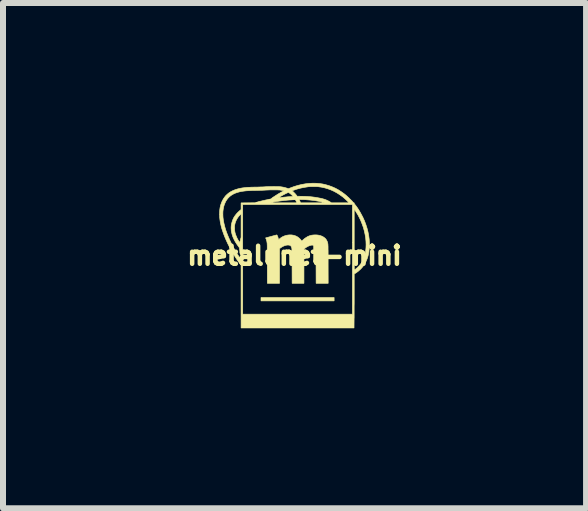
<source format=kicad_pcb>
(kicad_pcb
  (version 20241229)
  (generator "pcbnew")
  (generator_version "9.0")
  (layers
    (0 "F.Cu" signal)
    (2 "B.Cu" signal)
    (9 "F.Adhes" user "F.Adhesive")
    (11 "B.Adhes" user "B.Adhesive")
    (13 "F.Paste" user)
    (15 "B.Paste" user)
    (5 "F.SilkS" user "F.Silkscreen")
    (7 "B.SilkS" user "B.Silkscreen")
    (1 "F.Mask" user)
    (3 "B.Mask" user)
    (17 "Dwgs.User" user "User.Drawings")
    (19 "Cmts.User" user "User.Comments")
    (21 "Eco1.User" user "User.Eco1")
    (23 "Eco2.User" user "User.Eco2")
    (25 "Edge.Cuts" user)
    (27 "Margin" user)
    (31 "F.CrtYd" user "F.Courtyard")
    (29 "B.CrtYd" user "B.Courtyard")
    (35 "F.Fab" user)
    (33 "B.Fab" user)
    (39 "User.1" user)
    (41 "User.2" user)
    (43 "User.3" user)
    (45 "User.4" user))
  (footprint "metalunet-mini"
    (layer "F.Cu")
    (at 1.861 1.213)
    (property "Reference" "metalunet-mini" (at 0 0 0) (layer "F.SilkS") (effects (font (size 0.3 0.3) (thickness 0.075))))
    (attr through_hole)
    (fp_poly (pts (xy 0.66 0.754) (xy -0.559 0.754) (xy -0.559 0.698) (xy 0.66 0.698) (xy 0.66 0.754)) (stroke (width 0.01) (type solid)) (fill yes) (layer "F.SilkS"))
    (fp_poly (pts (xy -0.053 -0.346) (xy -0.023 -0.342) (xy 0.006 -0.334) (xy 0.033 -0.323) (xy 0.058 -0.308) (xy 0.08 -0.29) (xy 0.101 -0.269) (xy 0.107 -0.261) (xy 0.112 -0.254) (xy 0.117 -0.248) (xy 0.119 -0.244) (xy 0.12 -0.244) (xy 0.122 -0.245) (xy 0.126 -0.248) (xy 0.132 -0.253) (xy 0.138 -0.26) (xy 0.166 -0.284) (xy 0.195 -0.304) (xy 0.224 -0.321) (xy 0.254 -0.333) (xy 0.284 -0.341) (xy 0.299 -0.343) (xy 0.317 -0.345) (xy 0.337 -0.346) (xy 0.358 -0.346) (xy 0.377 -0.345) (xy 0.393 -0.343) (xy 0.399 -0.342) (xy 0.429 -0.335) (xy 0.457 -0.325) (xy 0.481 -0.312) (xy 0.502 -0.297) (xy 0.52 -0.28) (xy 0.534 -0.259) (xy 0.545 -0.237) (xy 0.548 -0.229) (xy 0.549 -0.224) (xy 0.551 -0.22) (xy 0.552 -0.216) (xy 0.553 -0.211) (xy 0.554 -0.207) (xy 0.555 -0.202) (xy 0.556 -0.197) (xy 0.557 -0.191) (xy 0.557 -0.183) (xy 0.558 -0.174) (xy 0.558 -0.164) (xy 0.559 -0.152) (xy 0.559 -0.138) (xy 0.559 -0.122) (xy 0.559 -0.104) (xy 0.56 -0.083) (xy 0.56 -0.059) (xy 0.56 -0.032) (xy 0.56 -0.002) (xy 0.56 0.031) (xy 0.56 0.069) (xy 0.56 0.11) (xy 0.56 0.141) (xy 0.561 0.461) (xy 0.36 0.461) (xy 0.359 0.171) (xy 0.359 0.126) (xy 0.359 0.086) (xy 0.359 0.049) (xy 0.359 0.016) (xy 0.358 -0.013) (xy 0.358 -0.039) (xy 0.358 -0.061) (xy 0.358 -0.08) (xy 0.357 -0.095) (xy 0.357 -0.108) (xy 0.357 -0.118) (xy 0.357 -0.125) (xy 0.356 -0.129) (xy 0.356 -0.13) (xy 0.354 -0.138) (xy 0.35 -0.147) (xy 0.348 -0.152) (xy 0.342 -0.161) (xy 0.335 -0.168) (xy 0.326 -0.172) (xy 0.313 -0.174) (xy 0.301 -0.175) (xy 0.291 -0.176) (xy 0.282 -0.175) (xy 0.273 -0.173) (xy 0.262 -0.171) (xy 0.236 -0.161) (xy 0.21 -0.148) (xy 0.184 -0.132) (xy 0.171 -0.121) (xy 0.157 -0.11) (xy 0.157 0.461) (xy -0.04 0.461) (xy -0.041 0.178) (xy -0.041 0.137) (xy -0.041 0.099) (xy -0.041 0.065) (xy -0.041 0.035) (xy -0.042 0.008) (xy -0.042 -0.016) (xy -0.042 -0.037) (xy -0.042 -0.055) (xy -0.042 -0.071) (xy -0.043 -0.084) (xy -0.043 -0.096) (xy -0.044 -0.105) (xy -0.044 -0.114) (xy -0.045 -0.12) (xy -0.046 -0.126) (xy -0.047 -0.131) (xy -0.048 -0.135) (xy -0.049 -0.138) (xy -0.05 -0.142) (xy -0.052 -0.145) (xy -0.053 -0.149) (xy -0.054 -0.149) (xy -0.06 -0.159) (xy -0.067 -0.167) (xy -0.078 -0.172) (xy -0.091 -0.176) (xy -0.104 -0.177) (xy -0.123 -0.177) (xy -0.143 -0.173) (xy -0.165 -0.167) (xy -0.186 -0.158) (xy -0.207 -0.147) (xy -0.227 -0.134) (xy -0.236 -0.128) (xy -0.25 -0.116) (xy -0.25 0.461) (xy -0.453 0.461) (xy -0.454 0.136) (xy -0.454 0.092) (xy -0.454 0.052) (xy -0.454 0.016) (xy -0.454 -0.016) (xy -0.454 -0.046) (xy -0.454 -0.071) (xy -0.454 -0.094) (xy -0.455 -0.114) (xy -0.455 -0.132) (xy -0.455 -0.147) (xy -0.455 -0.16) (xy -0.455 -0.172) (xy -0.456 -0.181) (xy -0.456 -0.189) (xy -0.456 -0.196) (xy -0.457 -0.201) (xy -0.457 -0.206) (xy -0.457 -0.21) (xy -0.458 -0.213) (xy -0.462 -0.239) (xy -0.468 -0.261) (xy -0.474 -0.279) (xy -0.476 -0.283) (xy -0.482 -0.296) (xy -0.391 -0.321) (xy -0.372 -0.326) (xy -0.354 -0.331) (xy -0.338 -0.335) (xy -0.324 -0.339) (xy -0.312 -0.342) (xy -0.303 -0.344) (xy -0.298 -0.346) (xy -0.296 -0.346) (xy -0.293 -0.344) (xy -0.29 -0.339) (xy -0.286 -0.331) (xy -0.281 -0.321) (xy -0.277 -0.31) (xy -0.274 -0.298) (xy -0.272 -0.291) (xy -0.266 -0.267) (xy -0.253 -0.278) (xy -0.226 -0.299) (xy -0.197 -0.317) (xy -0.166 -0.33) (xy -0.133 -0.34) (xy -0.099 -0.345) (xy -0.085 -0.346) (xy -0.053 -0.346)) (stroke (width 0.01) (type solid)) (fill yes) (layer "F.SilkS"))
    (fp_poly (pts (xy 0.362 -1.207) (xy 0.421 -1.202) (xy 0.47 -1.195) (xy 0.525 -1.182) (xy 0.579 -1.166) (xy 0.632 -1.146) (xy 0.684 -1.123) (xy 0.735 -1.095) (xy 0.784 -1.063) (xy 0.834 -1.027) (xy 0.864 -1.002) (xy 0.875 -0.992) (xy 0.889 -0.979) (xy 0.905 -0.965) (xy 0.92 -0.949) (xy 0.935 -0.934) (xy 0.95 -0.92) (xy 0.962 -0.907) (xy 0.964 -0.904) (xy 0.973 -0.894) (xy 0.979 -0.887) (xy 0.984 -0.883) (xy 0.988 -0.881) (xy 0.99 -0.881) (xy 0.993 -0.88) (xy 0.995 -0.877) (xy 0.995 -0.874) (xy 0.996 -0.867) (xy 1.001 -0.859) (xy 1.003 -0.858) (xy 1.026 -0.829) (xy 1.049 -0.797) (xy 1.072 -0.762) (xy 1.094 -0.725) (xy 1.115 -0.686) (xy 1.135 -0.648) (xy 1.138 -0.643) (xy 1.166 -0.581) (xy 1.189 -0.52) (xy 1.209 -0.458) (xy 1.225 -0.396) (xy 1.237 -0.333) (xy 1.245 -0.271) (xy 1.248 -0.21) (xy 1.248 -0.162) (xy 1.245 -0.109) (xy 1.239 -0.059) (xy 1.23 -0.012) (xy 1.218 0.032) (xy 1.202 0.074) (xy 1.184 0.113) (xy 1.162 0.15) (xy 1.137 0.185) (xy 1.109 0.217) (xy 1.096 0.23) (xy 1.082 0.242) (xy 1.067 0.256) (xy 1.05 0.269) (xy 1.034 0.281) (xy 1.019 0.291) (xy 1.009 0.297) (xy 0.995 0.306) (xy 0.995 0.603) (xy 0.995 0.642) (xy 0.995 0.681) (xy 0.995 0.721) (xy 0.995 0.761) (xy 0.995 0.801) (xy 0.994 0.84) (xy 0.994 0.878) (xy 0.994 0.914) (xy 0.994 0.948) (xy 0.994 0.979) (xy 0.994 1.008) (xy 0.994 1.033) (xy 0.993 1.054) (xy 0.992 1.206) (xy -0.891 1.206) (xy -0.891 0.159) (xy -0.918 0.124) (xy -0.954 0.074) (xy -0.989 0.021) (xy -1.022 -0.033) (xy -1.055 -0.088) (xy -1.085 -0.145) (xy -1.114 -0.202) (xy -1.14 -0.259) (xy -1.164 -0.315) (xy -1.185 -0.37) (xy -1.203 -0.423) (xy -1.212 -0.45) (xy -1.223 -0.491) (xy -1.232 -0.53) (xy -1.239 -0.566) (xy -1.244 -0.601) (xy -1.248 -0.636) (xy -1.249 -0.672) (xy -1.25 -0.689) (xy -1.195 -0.689) (xy -1.193 -0.642) (xy -1.187 -0.592) (xy -1.177 -0.541) (xy -1.164 -0.487) (xy -1.148 -0.431) (xy -1.127 -0.373) (xy -1.103 -0.313) (xy -1.081 -0.263) (xy -1.063 -0.224) (xy -1.042 -0.182) (xy -1.02 -0.14) (xy -0.996 -0.098) (xy -0.972 -0.057) (xy -0.948 -0.017) (xy -0.923 0.02) (xy -0.9 0.054) (xy -0.898 0.056) (xy -0.892 0.065) (xy -0.892 0.039) (xy -0.891 0.027) (xy -0.892 0.018) (xy -0.892 0.011) (xy -0.894 0.004) (xy -0.896 -0.003) (xy -0.896 -0.004) (xy -0.903 -0.028) (xy -0.909 -0.052) (xy -0.913 -0.079) (xy -0.917 -0.109) (xy -0.918 -0.119) (xy -0.918 -0.125) (xy -0.919 -0.129) (xy -0.921 -0.134) (xy -0.924 -0.139) (xy -0.929 -0.145) (xy -0.935 -0.154) (xy -0.936 -0.155) (xy -0.964 -0.194) (xy -0.989 -0.233) (xy -1.01 -0.273) (xy -1.028 -0.313) (xy -1.041 -0.353) (xy -1.051 -0.393) (xy -1.054 -0.413) (xy -1.056 -0.425) (xy -1.056 -0.44) (xy -1.057 -0.457) (xy -1.057 -0.461) (xy -1.001 -0.461) (xy -0.999 -0.427) (xy -0.994 -0.393) (xy -0.985 -0.358) (xy -0.971 -0.323) (xy -0.959 -0.295) (xy -0.954 -0.285) (xy -0.948 -0.274) (xy -0.942 -0.263) (xy -0.935 -0.252) (xy -0.929 -0.241) (xy -0.923 -0.232) (xy -0.918 -0.225) (xy -0.915 -0.22) (xy -0.913 -0.219) (xy -0.913 -0.219) (xy -0.912 -0.221) (xy -0.911 -0.227) (xy -0.909 -0.235) (xy -0.907 -0.245) (xy -0.907 -0.245) (xy -0.904 -0.257) (xy -0.901 -0.27) (xy -0.898 -0.282) (xy -0.896 -0.288) (xy -0.891 -0.307) (xy -0.891 -0.697) (xy -0.905 -0.684) (xy -0.931 -0.656) (xy -0.952 -0.626) (xy -0.97 -0.595) (xy -0.984 -0.562) (xy -0.986 -0.556) (xy -0.993 -0.532) (xy -0.998 -0.509) (xy -1 -0.486) (xy -1.001 -0.461) (xy -1.057 -0.461) (xy -1.057 -0.474) (xy -1.056 -0.49) (xy -1.055 -0.504) (xy -1.054 -0.509) (xy -1.049 -0.537) (xy -1.041 -0.565) (xy -1.032 -0.593) (xy -1.02 -0.619) (xy -1.012 -0.636) (xy -0.993 -0.665) (xy -0.971 -0.694) (xy -0.946 -0.721) (xy -0.919 -0.746) (xy -0.911 -0.753) (xy -0.891 -0.769) (xy -0.891 -0.853) (xy -0.864 -0.853) (xy -0.864 0.976) (xy 0.965 0.976) (xy 0.965 -0.268) (xy 0.995 -0.268) (xy 0.995 -0.222) (xy 0.995 -0.177) (xy 0.995 -0.133) (xy 0.995 -0.091) (xy 0.995 -0.051) (xy 0.995 -0.012) (xy 0.995 0.024) (xy 0.995 0.059) (xy 0.995 0.091) (xy 0.995 0.12) (xy 0.995 0.146) (xy 0.996 0.17) (xy 0.996 0.19) (xy 0.996 0.208) (xy 0.996 0.221) (xy 0.996 0.231) (xy 0.996 0.237) (xy 0.996 0.239) (xy 0.998 0.238) (xy 1.003 0.235) (xy 1.01 0.23) (xy 1.018 0.224) (xy 1.05 0.197) (xy 1.079 0.167) (xy 1.105 0.135) (xy 1.127 0.1) (xy 1.146 0.063) (xy 1.162 0.024) (xy 1.175 -0.019) (xy 1.184 -0.064) (xy 1.185 -0.073) (xy 1.191 -0.128) (xy 1.193 -0.183) (xy 1.191 -0.24) (xy 1.186 -0.297) (xy 1.176 -0.355) (xy 1.163 -0.414) (xy 1.147 -0.472) (xy 1.126 -0.53) (xy 1.103 -0.588) (xy 1.086 -0.623) (xy 1.079 -0.637) (xy 1.071 -0.652) (xy 1.064 -0.666) (xy 1.057 -0.679) (xy 1.054 -0.684) (xy 1.049 -0.692) (xy 1.043 -0.702) (xy 1.036 -0.713) (xy 1.029 -0.724) (xy 1.022 -0.736) (xy 1.015 -0.747) (xy 1.008 -0.757) (xy 1.003 -0.765) (xy 0.999 -0.771) (xy 0.996 -0.774) (xy 0.996 -0.775) (xy 0.996 -0.773) (xy 0.995 -0.766) (xy 0.995 -0.756) (xy 0.995 -0.743) (xy 0.995 -0.726) (xy 0.995 -0.705) (xy 0.995 -0.681) (xy 0.995 -0.655) (xy 0.995 -0.625) (xy 0.995 -0.594) (xy 0.995 -0.559) (xy 0.995 -0.523) (xy 0.995 -0.484) (xy 0.995 -0.444) (xy 0.995 -0.401) (xy 0.995 -0.358) (xy 0.995 -0.313) (xy 0.995 -0.268) (xy 0.965 -0.268) (xy 0.965 -0.853) (xy -0.864 -0.853) (xy -0.891 -0.853) (xy -0.891 -0.88) (xy -0.775 -0.881) (xy -0.659 -0.882) (xy -0.654 -0.883) (xy -0.385 -0.883) (xy -0.385 -0.883) (xy -0.383 -0.882) (xy -0.381 -0.882) (xy -0.378 -0.882) (xy -0.373 -0.881) (xy -0.366 -0.881) (xy -0.357 -0.881) (xy -0.346 -0.881) (xy -0.332 -0.881) (xy -0.316 -0.881) (xy -0.296 -0.881) (xy -0.274 -0.881) (xy -0.248 -0.881) (xy -0.218 -0.881) (xy -0.185 -0.881) (xy -0.174 -0.881) (xy -0.144 -0.881) (xy -0.116 -0.881) (xy -0.089 -0.881) (xy -0.064 -0.881) (xy -0.04 -0.881) (xy -0.02 -0.881) (xy -0.001 -0.881) (xy 0.014 -0.881) (xy 0.026 -0.881) (xy 0.034 -0.881) (xy 0.039 -0.882) (xy 0.04 -0.882) (xy 0.039 -0.884) (xy 0.037 -0.889) (xy 0.033 -0.897) (xy 0.029 -0.906) (xy 0.027 -0.908) (xy 0.014 -0.933) (xy 0.006 -0.933) (xy 0.001 -0.933) (xy -0.008 -0.933) (xy -0.019 -0.932) (xy -0.031 -0.932) (xy -0.038 -0.931) (xy -0.102 -0.927) (xy -0.166 -0.921) (xy -0.231 -0.913) (xy -0.297 -0.904) (xy -0.333 -0.898) (xy -0.349 -0.896) (xy -0.36 -0.894) (xy -0.369 -0.892) (xy -0.375 -0.89) (xy -0.379 -0.889) (xy -0.382 -0.887) (xy -0.384 -0.885) (xy -0.385 -0.884) (xy -0.385 -0.883) (xy -0.654 -0.883) (xy -0.634 -0.89) (xy -0.613 -0.896) (xy -0.589 -0.903) (xy -0.562 -0.909) (xy -0.533 -0.916) (xy -0.503 -0.923) (xy -0.472 -0.93) (xy -0.458 -0.932) (xy -0.443 -0.936) (xy 0.076 -0.936) (xy 0.086 -0.916) (xy 0.09 -0.907) (xy 0.094 -0.898) (xy 0.097 -0.891) (xy 0.098 -0.888) (xy 0.101 -0.881) (xy 0.501 -0.881) (xy 0.476 -0.889) (xy 0.454 -0.896) (xy 0.428 -0.902) (xy 0.399 -0.908) (xy 0.368 -0.913) (xy 0.334 -0.919) (xy 0.298 -0.923) (xy 0.262 -0.927) (xy 0.224 -0.93) (xy 0.187 -0.933) (xy 0.15 -0.935) (xy 0.114 -0.935) (xy 0.099 -0.936) (xy 0.076 -0.936) (xy -0.443 -0.936) (xy -0.397 -0.945) (xy -0.385 -0.954) (xy -0.369 -0.965) (xy -0.266 -0.965) (xy -0.266 -0.965) (xy -0.263 -0.965) (xy -0.256 -0.966) (xy -0.247 -0.967) (xy -0.235 -0.969) (xy -0.222 -0.97) (xy -0.22 -0.97) (xy -0.196 -0.973) (xy -0.171 -0.976) (xy -0.146 -0.978) (xy -0.121 -0.981) (xy -0.097 -0.983) (xy -0.076 -0.984) (xy -0.058 -0.986) (xy -0.058 -0.986) (xy -0.047 -0.986) (xy -0.038 -0.987) (xy -0.031 -0.988) (xy -0.027 -0.989) (xy -0.027 -0.989) (xy -0.027 -0.991) (xy -0.03 -0.995) (xy -0.035 -1.001) (xy -0.042 -1.008) (xy -0.051 -1.016) (xy -0.06 -1.024) (xy -0.069 -1.032) (xy -0.079 -1.04) (xy -0.088 -1.046) (xy -0.095 -1.051) (xy -0.101 -1.054) (xy -0.104 -1.054) (xy -0.107 -1.053) (xy -0.113 -1.05) (xy -0.122 -1.046) (xy -0.134 -1.041) (xy -0.146 -1.035) (xy -0.16 -1.028) (xy -0.173 -1.021) (xy -0.187 -1.014) (xy -0.199 -1.007) (xy -0.2 -1.006) (xy -0.217 -0.997) (xy -0.231 -0.989) (xy -0.244 -0.981) (xy -0.254 -0.975) (xy -0.261 -0.97) (xy -0.266 -0.967) (xy -0.266 -0.965) (xy -0.369 -0.965) (xy -0.367 -0.967) (xy -0.347 -0.981) (xy -0.324 -0.996) (xy -0.299 -1.012) (xy -0.274 -1.028) (xy -0.248 -1.043) (xy -0.224 -1.057) (xy -0.217 -1.06) (xy -0.206 -1.067) (xy -0.196 -1.072) (xy -0.187 -1.077) (xy -0.182 -1.08) (xy -0.179 -1.082) (xy -0.04 -1.082) (xy -0.028 -1.071) (xy -0.018 -1.062) (xy -0.007 -1.051) (xy 0.005 -1.039) (xy 0.016 -1.027) (xy 0.026 -1.015) (xy 0.033 -1.006) (xy 0.043 -0.991) (xy 0.12 -0.99) (xy 0.139 -0.99) (xy 0.158 -0.989) (xy 0.176 -0.989) (xy 0.193 -0.988) (xy 0.207 -0.987) (xy 0.219 -0.987) (xy 0.224 -0.986) (xy 0.264 -0.983) (xy 0.302 -0.979) (xy 0.34 -0.974) (xy 0.376 -0.968) (xy 0.409 -0.962) (xy 0.441 -0.956) (xy 0.469 -0.949) (xy 0.493 -0.942) (xy 0.501 -0.94) (xy 0.516 -0.934) (xy 0.533 -0.927) (xy 0.55 -0.919) (xy 0.567 -0.911) (xy 0.582 -0.902) (xy 0.595 -0.895) (xy 0.6 -0.891) (xy 0.615 -0.881) (xy 0.911 -0.881) (xy 0.894 -0.898) (xy 0.849 -0.941) (xy 0.804 -0.98) (xy 0.757 -1.014) (xy 0.709 -1.045) (xy 0.66 -1.072) (xy 0.61 -1.095) (xy 0.558 -1.114) (xy 0.505 -1.13) (xy 0.45 -1.142) (xy 0.394 -1.15) (xy 0.38 -1.151) (xy 0.362 -1.152) (xy 0.343 -1.152) (xy 0.321 -1.152) (xy 0.3 -1.152) (xy 0.278 -1.152) (xy 0.258 -1.151) (xy 0.241 -1.15) (xy 0.229 -1.149) (xy 0.165 -1.139) (xy 0.101 -1.126) (xy 0.038 -1.109) (xy 0.016 -1.102) (xy 0.003 -1.097) (xy -0.009 -1.093) (xy -0.019 -1.09) (xy -0.027 -1.087) (xy -0.032 -1.085) (xy -0.032 -1.085) (xy -0.04 -1.082) (xy -0.179 -1.082) (xy -0.179 -1.082) (xy -0.179 -1.082) (xy -0.18 -1.083) (xy -0.185 -1.084) (xy -0.193 -1.086) (xy -0.203 -1.088) (xy -0.214 -1.09) (xy -0.227 -1.092) (xy -0.24 -1.094) (xy -0.248 -1.095) (xy -0.258 -1.096) (xy -0.272 -1.096) (xy -0.289 -1.097) (xy -0.309 -1.097) (xy -0.33 -1.097) (xy -0.353 -1.097) (xy -0.376 -1.097) (xy -0.4 -1.097) (xy -0.423 -1.096) (xy -0.445 -1.095) (xy -0.465 -1.094) (xy -0.474 -1.094) (xy -0.488 -1.093) (xy -0.506 -1.092) (xy -0.526 -1.091) (xy -0.548 -1.09) (xy -0.572 -1.09) (xy -0.596 -1.089) (xy -0.619 -1.088) (xy -0.636 -1.088) (xy -0.668 -1.087) (xy -0.696 -1.087) (xy -0.72 -1.086) (xy -0.742 -1.085) (xy -0.762 -1.084) (xy -0.779 -1.083) (xy -0.795 -1.082) (xy -0.81 -1.081) (xy -0.825 -1.079) (xy -0.834 -1.078) (xy -0.88 -1.072) (xy -0.922 -1.063) (xy -0.96 -1.052) (xy -0.996 -1.039) (xy -1.028 -1.023) (xy -1.057 -1.005) (xy -1.083 -0.985) (xy -1.106 -0.962) (xy -1.127 -0.936) (xy -1.145 -0.908) (xy -1.153 -0.892) (xy -1.169 -0.855) (xy -1.181 -0.817) (xy -1.189 -0.776) (xy -1.194 -0.734) (xy -1.195 -0.689) (xy -1.25 -0.689) (xy -1.25 -0.697) (xy -1.249 -0.736) (xy -1.246 -0.772) (xy -1.241 -0.805) (xy -1.234 -0.836) (xy -1.224 -0.866) (xy -1.212 -0.897) (xy -1.206 -0.91) (xy -1.189 -0.942) (xy -1.169 -0.972) (xy -1.147 -1) (xy -1.122 -1.024) (xy -1.095 -1.046) (xy -1.064 -1.066) (xy -1.031 -1.083) (xy -0.995 -1.098) (xy -0.955 -1.111) (xy -0.912 -1.122) (xy -0.866 -1.13) (xy -0.816 -1.136) (xy -0.785 -1.139) (xy -0.777 -1.139) (xy -0.766 -1.14) (xy -0.751 -1.14) (xy -0.734 -1.141) (xy -0.714 -1.142) (xy -0.694 -1.142) (xy -0.672 -1.143) (xy -0.65 -1.143) (xy -0.65 -1.143) (xy -0.626 -1.143) (xy -0.602 -1.144) (xy -0.578 -1.145) (xy -0.555 -1.146) (xy -0.533 -1.146) (xy -0.514 -1.147) (xy -0.497 -1.148) (xy -0.487 -1.149) (xy -0.466 -1.15) (xy -0.443 -1.151) (xy -0.419 -1.152) (xy -0.394 -1.152) (xy -0.369 -1.152) (xy -0.344 -1.153) (xy -0.32 -1.152) (xy -0.297 -1.152) (xy -0.276 -1.152) (xy -0.258 -1.151) (xy -0.243 -1.15) (xy -0.232 -1.149) (xy -0.231 -1.149) (xy -0.205 -1.145) (xy -0.183 -1.141) (xy -0.162 -1.136) (xy -0.142 -1.13) (xy -0.131 -1.127) (xy -0.102 -1.117) (xy -0.068 -1.13) (xy -0.006 -1.153) (xy 0.057 -1.172) (xy 0.119 -1.187) (xy 0.181 -1.198) (xy 0.242 -1.205) (xy 0.303 -1.208) (xy 0.362 -1.207)) (stroke (width 0.01) (type solid)) (fill yes) (layer "F.SilkS")))
  (gr_rect
    (start -3 -3)
    (end 6.722 5.425)
    (stroke (width 0.1) (type default))
    (fill no)
    (layer "Edge.Cuts")))
</source>
